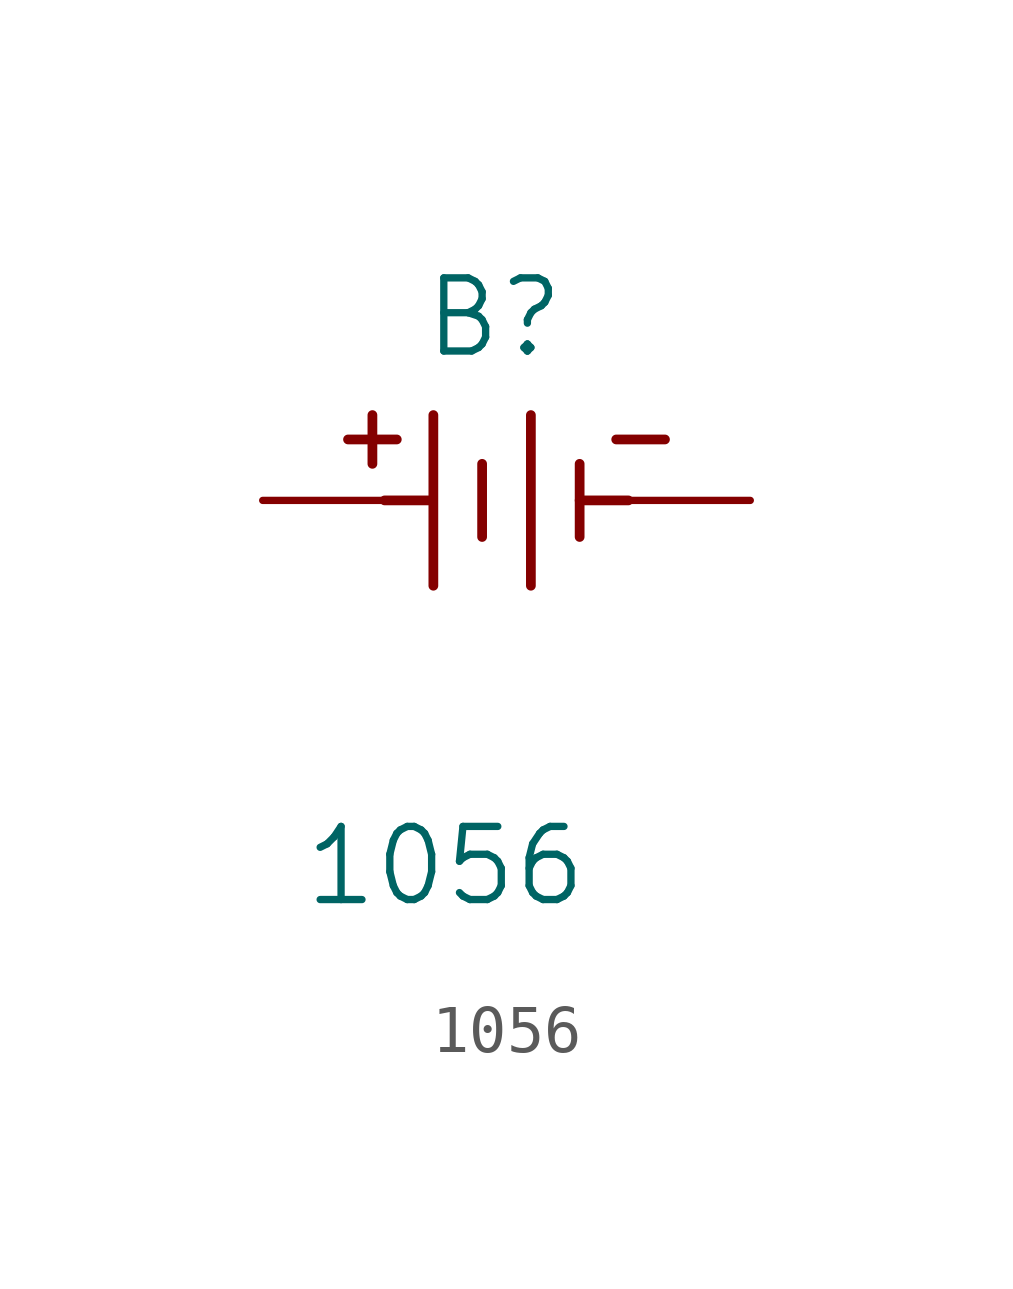
<source format=kicad_sym>
(kicad_symbol_lib
  (version 20211014)
  (generator kicad_symbol_editor)
  (symbol "1056"
    (pin_numbers hide)
    (pin_names
      (offset 1.651) hide)
    (property "Reference" "B"
      (at 4.826 3.81 0)
      (effects (font (size 1.524 1.524))))
    (property "Value" "1056"
      (at 3.81 -7.62 0)
      (effects (font (size 1.524 1.524))))
    (property "Datasheet" ""
      (at 0 0 0)
      (effects (font (size 1.524 1.524))))
    (property "ki_locked" ""
      (at 0 0 0)
      (effects (font (size 1.27 1.27))))
    (symbol "1056_1_1"
      (polyline (pts (xy 1.778 1.27) (xy 2.794 1.27)) (stroke (width 0.203) (type default) (color 0 0 0 0)) (fill (type none)))
      (polyline (pts (xy 2.286 0.762) (xy 2.286 1.778)) (stroke (width 0.203) (type default) (color 0 0 0 0)) (fill (type none)))
      (polyline (pts (xy 2.54 0) (xy 3.48 0)) (stroke (width 0.203) (type default) (color 0 0 0 0)) (fill (type none)))
      (polyline (pts (xy 3.556 -1.778) (xy 3.556 1.778)) (stroke (width 0.203) (type default) (color 0 0 0 0)) (fill (type none)))
      (polyline (pts (xy 4.572 0.762) (xy 4.572 -0.762)) (stroke (width 0.203) (type default) (color 0 0 0 0)) (fill (type none)))
      (polyline (pts (xy 5.588 -1.778) (xy 5.588 1.778)) (stroke (width 0.203) (type default) (color 0 0 0 0)) (fill (type none)))
      (polyline (pts (xy 6.604 0) (xy 7.62 0)) (stroke (width 0.203) (type default) (color 0 0 0 0)) (fill (type none)))
      (polyline (pts (xy 6.604 0.762) (xy 6.604 -0.762)) (stroke (width 0.203) (type default) (color 0 0 0 0)) (fill (type none)))
      (polyline (pts (xy 7.366 1.27) (xy 8.382 1.27)) (stroke (width 0.203) (type default) (color 0 0 0 0)) (fill (type none)))
      (pin unspecified line (at 10.16 0 180) (length 2.54) (name "1" (effects (font (size 1.499 1.499)))) (number "1" (effects (font (size 1.499 1.499)))))
      (pin unspecified line (at 0 0 0) (length 2.54) (name "2" (effects (font (size 1.499 1.499)))) (number "2" (effects (font (size 1.499 1.499))))))))
</source>
